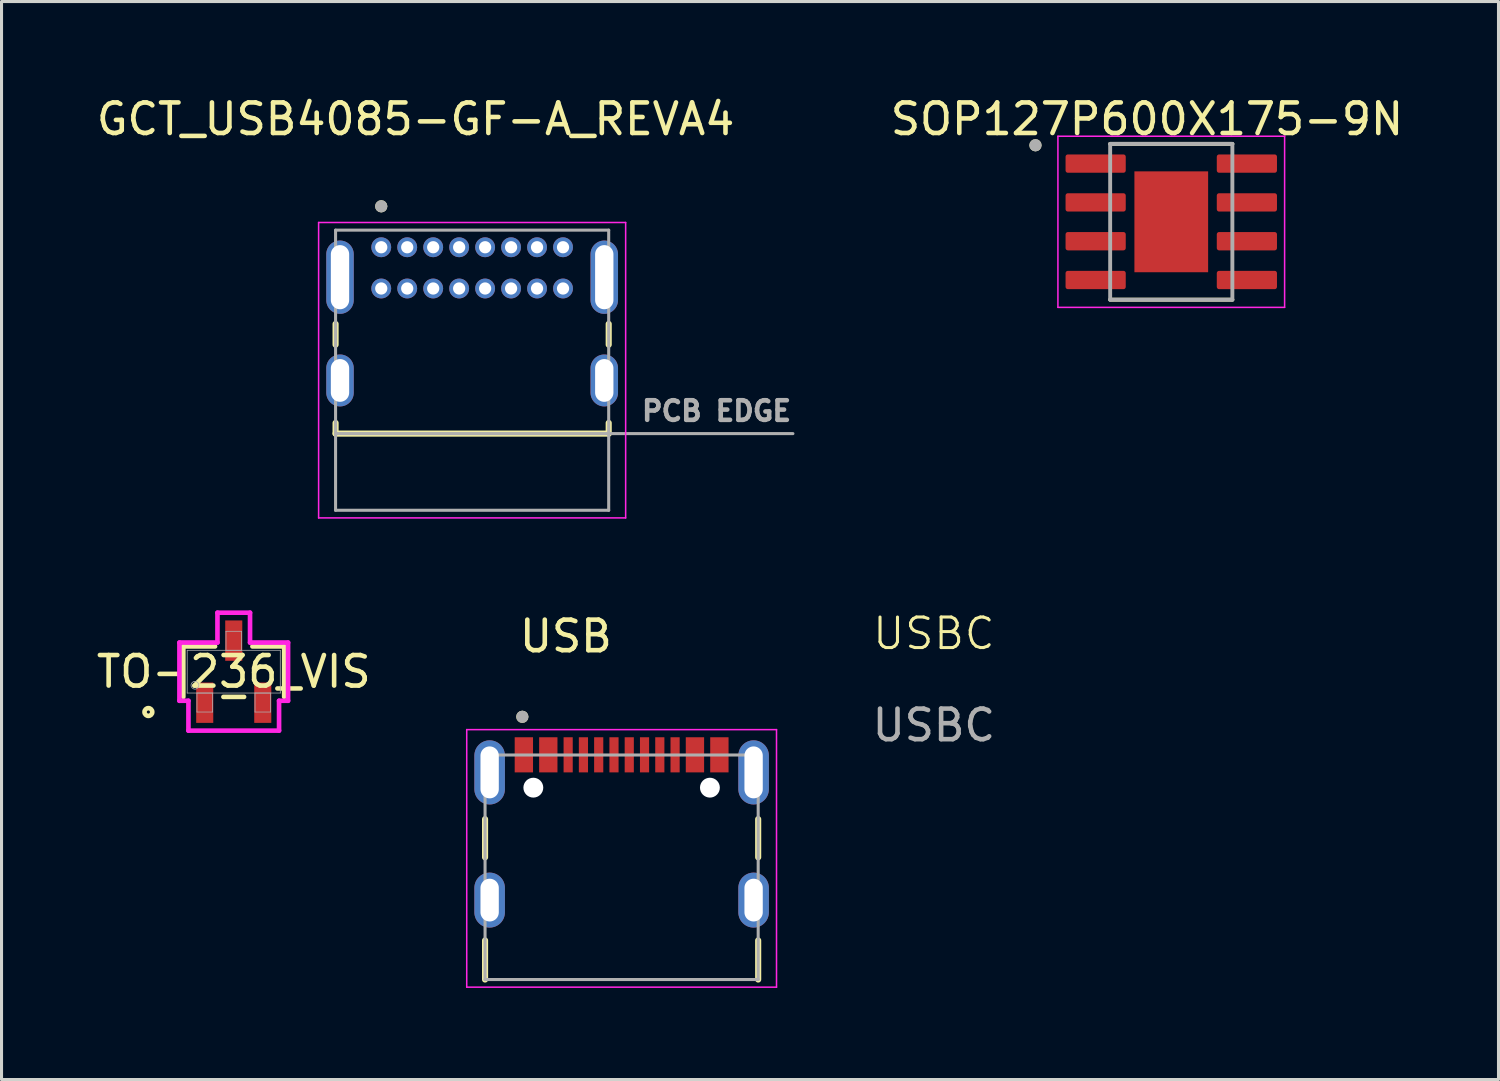
<source format=kicad_pcb>
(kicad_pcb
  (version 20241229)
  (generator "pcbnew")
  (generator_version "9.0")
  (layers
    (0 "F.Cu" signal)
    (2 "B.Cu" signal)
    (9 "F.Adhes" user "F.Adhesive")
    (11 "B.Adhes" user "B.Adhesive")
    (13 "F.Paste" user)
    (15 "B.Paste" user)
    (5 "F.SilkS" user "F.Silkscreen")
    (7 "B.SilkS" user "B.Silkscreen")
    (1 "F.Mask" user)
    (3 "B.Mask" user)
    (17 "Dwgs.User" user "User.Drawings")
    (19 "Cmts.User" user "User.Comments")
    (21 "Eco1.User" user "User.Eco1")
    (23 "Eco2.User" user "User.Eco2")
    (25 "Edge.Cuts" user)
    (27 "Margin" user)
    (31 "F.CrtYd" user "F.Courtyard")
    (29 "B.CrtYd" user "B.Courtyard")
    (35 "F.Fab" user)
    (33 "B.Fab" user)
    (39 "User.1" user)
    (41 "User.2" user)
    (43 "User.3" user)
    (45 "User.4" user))
  (footprint "TO-236_VIS"
    (layer "F.Cu")
    (at 4.601 18.935)
    (property "Reference" "TO-236_VIS" (at 0 0 0) (unlocked yes) (layer "F.SilkS") (effects (font (size 1 1) (thickness 0.15))))
    (attr smd)
    (fp_line (start -1.651 -0.826) (end -1.651 0.826) (stroke (width 0.152) (type solid)) (layer "F.SilkS"))
    (fp_line (start -0.612 -0.826) (end -1.651 -0.826) (stroke (width 0.152) (type solid)) (layer "F.SilkS"))
    (fp_line (start -0.338 0.826) (end 0.338 0.826) (stroke (width 0.152) (type solid)) (layer "F.SilkS"))
    (fp_line (start 1.651 -0.826) (end 0.612 -0.826) (stroke (width 0.152) (type solid)) (layer "F.SilkS"))
    (fp_line (start 1.651 0.826) (end 1.651 -0.826) (stroke (width 0.152) (type solid)) (layer "F.SilkS"))
    (fp_circle (center -2.794 1.321) (end -2.667 1.321) (stroke (width 0.152) (type solid)) (fill no) (layer "F.SilkS"))
    (fp_line (start -1.778 -0.953) (end -0.533 -0.953) (stroke (width 0.152) (type solid)) (layer "F.CrtYd"))
    (fp_line (start -1.778 0.953) (end -1.778 -0.953) (stroke (width 0.152) (type solid)) (layer "F.CrtYd"))
    (fp_line (start -1.778 0.953) (end -1.483 0.953) (stroke (width 0.152) (type solid)) (layer "F.CrtYd"))
    (fp_line (start -1.483 0.953) (end -1.483 1.93) (stroke (width 0.152) (type solid)) (layer "F.CrtYd"))
    (fp_line (start -1.483 1.93) (end 1.483 1.93) (stroke (width 0.152) (type solid)) (layer "F.CrtYd"))
    (fp_line (start -0.533 -1.93) (end 0.533 -1.93) (stroke (width 0.152) (type solid)) (layer "F.CrtYd"))
    (fp_line (start -0.533 -0.953) (end -0.533 -1.93) (stroke (width 0.152) (type solid)) (layer "F.CrtYd"))
    (fp_line (start 0.533 -0.953) (end 0.533 -1.93) (stroke (width 0.152) (type solid)) (layer "F.CrtYd"))
    (fp_line (start 1.483 0.953) (end 1.483 1.93) (stroke (width 0.152) (type solid)) (layer "F.CrtYd"))
    (fp_line (start 1.778 -0.953) (end 0.533 -0.953) (stroke (width 0.152) (type solid)) (layer "F.CrtYd"))
    (fp_line (start 1.778 -0.953) (end 1.778 0.953) (stroke (width 0.152) (type solid)) (layer "F.CrtYd"))
    (fp_line (start 1.778 0.953) (end 1.483 0.953) (stroke (width 0.152) (type solid)) (layer "F.CrtYd"))
    (fp_line (start -1.524 -0.699) (end -1.524 0.699) (stroke (width 0.025) (type solid)) (layer "F.Fab"))
    (fp_line (start -1.524 0.699) (end 1.524 0.699) (stroke (width 0.025) (type solid)) (layer "F.Fab"))
    (fp_line (start -1.204 0.699) (end -1.204 1.321) (stroke (width 0.025) (type solid)) (layer "F.Fab"))
    (fp_line (start -1.204 1.321) (end -0.696 1.321) (stroke (width 0.025) (type solid)) (layer "F.Fab"))
    (fp_line (start -0.696 0.699) (end -1.204 0.699) (stroke (width 0.025) (type solid)) (layer "F.Fab"))
    (fp_line (start -0.696 1.321) (end -0.696 0.699) (stroke (width 0.025) (type solid)) (layer "F.Fab"))
    (fp_line (start -0.254 -1.321) (end -0.254 -0.699) (stroke (width 0.025) (type solid)) (layer "F.Fab"))
    (fp_line (start -0.254 -0.699) (end 0.254 -0.699) (stroke (width 0.025) (type solid)) (layer "F.Fab"))
    (fp_line (start 0.254 -1.321) (end -0.254 -1.321) (stroke (width 0.025) (type solid)) (layer "F.Fab"))
    (fp_line (start 0.254 -0.699) (end 0.254 -1.321) (stroke (width 0.025) (type solid)) (layer "F.Fab"))
    (fp_line (start 0.696 0.699) (end 0.696 1.321) (stroke (width 0.025) (type solid)) (layer "F.Fab"))
    (fp_line (start 0.696 1.321) (end 1.204 1.321) (stroke (width 0.025) (type solid)) (layer "F.Fab"))
    (fp_line (start 1.204 0.699) (end 0.696 0.699) (stroke (width 0.025) (type solid)) (layer "F.Fab"))
    (fp_line (start 1.204 1.321) (end 1.204 0.699) (stroke (width 0.025) (type solid)) (layer "F.Fab"))
    (fp_line (start 1.524 -0.699) (end -1.524 -0.699) (stroke (width 0.025) (type solid)) (layer "F.Fab"))
    (fp_line (start 1.524 0.699) (end 1.524 -0.699) (stroke (width 0.025) (type solid)) (layer "F.Fab"))
    (fp_circle (center -1.27 0.445) (end -1.143 0.445) (stroke (width 0.025) (type solid)) (fill no) (layer "F.Fab"))
    (pad "1" smd rect (at -0.95 1.016) (size 0.559 1.321) (layers "F.Cu" "F.Mask" "F.Paste"))
    (pad "2" smd rect (at 0.95 1.016) (size 0.559 1.321) (layers "F.Cu" "F.Mask" "F.Paste"))
    (pad "3" smd rect (at 0 -1.016) (size 0.559 1.321) (layers "F.Cu" "F.Mask" "F.Paste")))
  (footprint "USB"
    (layer "F.Cu")
    (at 17.297 26.412)
    (property "Reference" "USB" (at -1.825 -8.635 0) (layer "F.SilkS") (effects (font (size 1 1) (thickness 0.15))))
    (attr smd)
    (fp_line (start -4.47 -2.65) (end -4.47 -1.4) (stroke (width 0.2) (type solid)) (layer "F.SilkS"))
    (fp_line (start -4.47 1.32) (end -4.47 2.6) (stroke (width 0.2) (type solid)) (layer "F.SilkS"))
    (fp_line (start 4.47 -2.65) (end 4.47 -1.4) (stroke (width 0.2) (type solid)) (layer "F.SilkS"))
    (fp_line (start 4.47 2.6) (end 4.47 1.32) (stroke (width 0.2) (type solid)) (layer "F.SilkS"))
    (fp_circle (center -3.25 -6) (end -3.15 -6) (stroke (width 0.2) (type solid)) (fill no) (layer "F.SilkS"))
    (fp_line (start -5.07 -5.58) (end -5.07 2.85) (stroke (width 0.05) (type solid)) (layer "F.CrtYd"))
    (fp_line (start -5.07 2.85) (end 5.07 2.85) (stroke (width 0.05) (type solid)) (layer "F.CrtYd"))
    (fp_line (start 5.07 -5.58) (end -5.07 -5.58) (stroke (width 0.05) (type solid)) (layer "F.CrtYd"))
    (fp_line (start 5.07 2.85) (end 5.07 -5.58) (stroke (width 0.05) (type solid)) (layer "F.CrtYd"))
    (fp_line (start -4.47 -4.75) (end 4.47 -4.75) (stroke (width 0.1) (type solid)) (layer "F.Fab"))
    (fp_line (start -4.47 2.6) (end -4.47 -4.75) (stroke (width 0.1) (type solid)) (layer "F.Fab"))
    (fp_line (start 4.47 -4.75) (end 4.47 2.6) (stroke (width 0.1) (type solid)) (layer "F.Fab"))
    (fp_line (start 4.47 2.6) (end -4.47 2.6) (stroke (width 0.1) (type solid)) (layer "F.Fab"))
    (fp_circle (center -3.25 -6) (end -3.15 -6) (stroke (width 0.2) (type solid)) (fill no) (layer "F.Fab"))
    (pad "" np_thru_hole circle (at -2.89 -3.68) (size 0.65 0.65) (drill 0.65) (layers "*.Cu" "*.Mask"))
    (pad "" np_thru_hole circle (at 2.89 -3.68) (size 0.65 0.65) (drill 0.65) (layers "*.Cu" "*.Mask"))
    (pad "A1_B12" smd rect (at -3.2 -4.755) (size 0.6 1.15) (layers "F.Cu" "F.Mask" "F.Paste"))
    (pad "A4_B9" smd rect (at -2.4 -4.755) (size 0.6 1.15) (layers "F.Cu" "F.Mask" "F.Paste"))
    (pad "A5" smd rect (at -1.25 -4.755) (size 0.3 1.15) (layers "F.Cu" "F.Mask" "F.Paste"))
    (pad "A6" smd rect (at -0.25 -4.755) (size 0.3 1.15) (layers "F.Cu" "F.Mask" "F.Paste"))
    (pad "A7" smd rect (at 0.25 -4.755) (size 0.3 1.15) (layers "F.Cu" "F.Mask" "F.Paste"))
    (pad "A8" smd rect (at 1.25 -4.755) (size 0.3 1.15) (layers "F.Cu" "F.Mask" "F.Paste"))
    (pad "B1_A12" smd rect (at 3.2 -4.755) (size 0.6 1.15) (layers "F.Cu" "F.Mask" "F.Paste"))
    (pad "B4_A9" smd rect (at 2.4 -4.755) (size 0.6 1.15) (layers "F.Cu" "F.Mask" "F.Paste"))
    (pad "B5" smd rect (at 1.75 -4.755) (size 0.3 1.15) (layers "F.Cu" "F.Mask" "F.Paste"))
    (pad "B6" smd rect (at 0.75 -4.755) (size 0.3 1.15) (layers "F.Cu" "F.Mask" "F.Paste"))
    (pad "B7" smd rect (at -0.75 -4.755) (size 0.3 1.15) (layers "F.Cu" "F.Mask" "F.Paste"))
    (pad "B8" smd rect (at -1.75 -4.755) (size 0.3 1.15) (layers "F.Cu" "F.Mask" "F.Paste"))
    (pad "SH1" thru_hole oval (at -4.32 -4.18) (size 1 2.1) (drill oval 0.6 1.7) (layers "*.Cu" "*.Mask"))
    (pad "SH2" thru_hole oval (at 4.32 -4.18) (size 1 2.1) (drill oval 0.6 1.7) (layers "*.Cu" "*.Mask"))
    (pad "SH3" thru_hole oval (at -4.32 0) (size 1 1.8) (drill oval 0.6 1.4) (layers "*.Cu" "*.Mask"))
    (pad "SH4" thru_hole oval (at 4.32 0) (size 1 1.8) (drill oval 0.6 1.4) (layers "*.Cu" "*.Mask")))
  (footprint "SOP127P600X175-9N"
    (layer "F.Cu")
    (at 35.288 4.21)
    (property "Reference" "SOP127P600X175-9N" (at -0.795 -3.362 0) (layer "F.SilkS") (effects (font (size 1 1) (thickness 0.15))))
    (attr smd)
    (fp_line (start -2 -2.55) (end 2 -2.55) (stroke (width 0.127) (type solid)) (layer "F.SilkS"))
    (fp_line (start -2 2.55) (end 2 2.55) (stroke (width 0.127) (type solid)) (layer "F.SilkS"))
    (fp_circle (center -4.445 -2.505) (end -4.345 -2.505) (stroke (width 0.2) (type solid)) (fill no) (layer "F.SilkS"))
    (fp_poly (pts (xy -0.645 -0.82) (xy 0.645 -0.82) (xy 0.645 0.82) (xy -0.645 0.82)) (stroke (width 0.01) (type solid)) (fill yes) (layer "F.Paste"))
    (fp_line (start -3.71 -2.8) (end -3.71 2.8) (stroke (width 0.05) (type solid)) (layer "F.CrtYd"))
    (fp_line (start -3.71 -2.8) (end 3.71 -2.8) (stroke (width 0.05) (type solid)) (layer "F.CrtYd"))
    (fp_line (start -3.71 2.8) (end 3.71 2.8) (stroke (width 0.05) (type solid)) (layer "F.CrtYd"))
    (fp_line (start 3.71 -2.8) (end 3.71 2.8) (stroke (width 0.05) (type solid)) (layer "F.CrtYd"))
    (fp_line (start -2 -2.55) (end -2 2.55) (stroke (width 0.127) (type solid)) (layer "F.Fab"))
    (fp_line (start -2 -2.55) (end 2 -2.55) (stroke (width 0.127) (type solid)) (layer "F.Fab"))
    (fp_line (start -2 2.55) (end 2 2.55) (stroke (width 0.127) (type solid)) (layer "F.Fab"))
    (fp_line (start 2 -2.55) (end 2 2.55) (stroke (width 0.127) (type solid)) (layer "F.Fab"))
    (fp_circle (center -4.445 -2.505) (end -4.345 -2.505) (stroke (width 0.2) (type solid)) (fill no) (layer "F.Fab"))
    (pad "1" smd roundrect (at -2.475 -1.905) (size 1.97 0.6) (layers "F.Cu" "F.Mask" "F.Paste") (roundrect_rratio 0.125))
    (pad "2" smd roundrect (at -2.475 -0.635) (size 1.97 0.6) (layers "F.Cu" "F.Mask" "F.Paste") (roundrect_rratio 0.125))
    (pad "3" smd roundrect (at -2.475 0.635) (size 1.97 0.6) (layers "F.Cu" "F.Mask" "F.Paste") (roundrect_rratio 0.125))
    (pad "4" smd roundrect (at -2.475 1.905) (size 1.97 0.6) (layers "F.Cu" "F.Mask" "F.Paste") (roundrect_rratio 0.125))
    (pad "5" smd roundrect (at 2.475 1.905) (size 1.97 0.6) (layers "F.Cu" "F.Mask" "F.Paste") (roundrect_rratio 0.125))
    (pad "6" smd roundrect (at 2.475 0.635) (size 1.97 0.6) (layers "F.Cu" "F.Mask" "F.Paste") (roundrect_rratio 0.125))
    (pad "7" smd roundrect (at 2.475 -0.635) (size 1.97 0.6) (layers "F.Cu" "F.Mask" "F.Paste") (roundrect_rratio 0.125))
    (pad "8" smd roundrect (at 2.475 -1.905) (size 1.97 0.6) (layers "F.Cu" "F.Mask" "F.Paste") (roundrect_rratio 0.125))
    (pad "9" smd rect (at 0 0) (size 2.413 3.302) (layers "F.Cu" "F.Mask")))
  (footprint "GCT_USB4085-GF-A_REVA4"
    (layer "F.Cu")
    (at 12.404 9.403)
    (property "Reference" "GCT_USB4085-GF-A_REVA4" (at -1.85 -8.555 0) (layer "F.SilkS") (effects (font (size 1 1) (thickness 0.15))))
    (attr through_hole)
    (fp_line (start -4.47 -1.85) (end -4.47 -1.17) (stroke (width 0.2) (type solid)) (layer "F.SilkS"))
    (fp_line (start -4.47 1.39) (end -4.47 1.74) (stroke (width 0.2) (type solid)) (layer "F.SilkS"))
    (fp_line (start -4.47 1.74) (end 4.47 1.74) (stroke (width 0.2) (type solid)) (layer "F.SilkS"))
    (fp_line (start 4.47 -1.85) (end 4.47 -1.17) (stroke (width 0.2) (type solid)) (layer "F.SilkS"))
    (fp_line (start 4.47 1.74) (end 4.47 1.39) (stroke (width 0.2) (type solid)) (layer "F.SilkS"))
    (fp_circle (center -2.975 -5.7) (end -2.875 -5.7) (stroke (width 0.2) (type solid)) (fill no) (layer "F.SilkS"))
    (fp_line (start -5.025 -5.17) (end 5.025 -5.17) (stroke (width 0.05) (type solid)) (layer "F.CrtYd"))
    (fp_line (start -5.025 4.5) (end -5.025 -5.17) (stroke (width 0.05) (type solid)) (layer "F.CrtYd"))
    (fp_line (start 5.025 -5.17) (end 5.025 4.5) (stroke (width 0.05) (type solid)) (layer "F.CrtYd"))
    (fp_line (start 5.025 4.5) (end -5.025 4.5) (stroke (width 0.05) (type solid)) (layer "F.CrtYd"))
    (fp_line (start -4.47 -4.92) (end 4.47 -4.92) (stroke (width 0.1) (type solid)) (layer "F.Fab"))
    (fp_line (start -4.47 1.74) (end -4.47 -4.92) (stroke (width 0.1) (type solid)) (layer "F.Fab"))
    (fp_line (start -4.47 1.74) (end 10.5 1.74) (stroke (width 0.1) (type solid)) (layer "F.Fab"))
    (fp_line (start -4.47 4.25) (end -4.47 1.74) (stroke (width 0.1) (type solid)) (layer "F.Fab"))
    (fp_line (start 4.47 -4.92) (end 4.47 4.25) (stroke (width 0.1) (type solid)) (layer "F.Fab"))
    (fp_line (start 4.47 4.25) (end -4.47 4.25) (stroke (width 0.1) (type solid)) (layer "F.Fab"))
    (fp_circle (center -2.975 -5.7) (end -2.875 -5.7) (stroke (width 0.2) (type solid)) (fill no) (layer "F.Fab"))
    (fp_text user "PCB EDGE" (at 8 1 0) (layer "F.Fab") (effects (font (size 0.64 0.64) (thickness 0.15))))
    (pad "A1" thru_hole circle (at -2.975 -4.36) (size 0.65 0.65) (drill 0.4) (layers "*.Cu" "*.Mask"))
    (pad "A4" thru_hole circle (at -2.125 -4.36) (size 0.65 0.65) (drill 0.4) (layers "*.Cu" "*.Mask"))
    (pad "A5" thru_hole circle (at -1.275 -4.36) (size 0.65 0.65) (drill 0.4) (layers "*.Cu" "*.Mask"))
    (pad "A6" thru_hole circle (at -0.425 -4.36) (size 0.65 0.65) (drill 0.4) (layers "*.Cu" "*.Mask"))
    (pad "A7" thru_hole circle (at 0.425 -4.36) (size 0.65 0.65) (drill 0.4) (layers "*.Cu" "*.Mask"))
    (pad "A8" thru_hole circle (at 1.275 -4.36) (size 0.65 0.65) (drill 0.4) (layers "*.Cu" "*.Mask"))
    (pad "A9" thru_hole circle (at 2.125 -4.36) (size 0.65 0.65) (drill 0.4) (layers "*.Cu" "*.Mask"))
    (pad "A12" thru_hole circle (at 2.975 -4.36) (size 0.65 0.65) (drill 0.4) (layers "*.Cu" "*.Mask"))
    (pad "B1" thru_hole circle (at 2.975 -3.01) (size 0.65 0.65) (drill 0.4) (layers "*.Cu" "*.Mask"))
    (pad "B4" thru_hole circle (at 2.125 -3.01) (size 0.65 0.65) (drill 0.4) (layers "*.Cu" "*.Mask"))
    (pad "B5" thru_hole circle (at 1.275 -3.01) (size 0.65 0.65) (drill 0.4) (layers "*.Cu" "*.Mask"))
    (pad "B6" thru_hole circle (at 0.425 -3.01) (size 0.65 0.65) (drill 0.4) (layers "*.Cu" "*.Mask"))
    (pad "B7" thru_hole circle (at -0.425 -3.01) (size 0.65 0.65) (drill 0.4) (layers "*.Cu" "*.Mask"))
    (pad "B8" thru_hole circle (at -1.275 -3.01) (size 0.65 0.65) (drill 0.4) (layers "*.Cu" "*.Mask"))
    (pad "B9" thru_hole circle (at -2.125 -3.01) (size 0.65 0.65) (drill 0.4) (layers "*.Cu" "*.Mask"))
    (pad "B12" thru_hole circle (at -2.975 -3.01) (size 0.65 0.65) (drill 0.4) (layers "*.Cu" "*.Mask"))
    (pad "S1" thru_hole oval (at -4.325 0) (size 0.9 1.7) (drill oval 0.6 1.4) (layers "*.Cu" "*.Mask"))
    (pad "S2" thru_hole oval (at 4.325 0) (size 0.9 1.7) (drill oval 0.6 1.4) (layers "*.Cu" "*.Mask"))
    (pad "S3" thru_hole oval (at -4.325 -3.38) (size 0.9 2.4) (drill oval 0.6 2.1) (layers "*.Cu" "*.Mask"))
    (pad "S4" thru_hole oval (at 4.325 -3.38) (size 0.9 2.4) (drill oval 0.6 2.1) (layers "*.Cu" "*.Mask")))
  (footprint "USBC"
    (layer "F.Cu")
    (at 27.517 18.189)
    (property "Reference" "USBC" (at 0 -0.5 0) (unlocked yes) (layer "F.SilkS") (effects (font (size 1 1) (thickness 0.1))))
    (attr smd)
    (fp_text user "${REFERENCE}" (at 0 2.5 0) (unlocked yes) (layer "F.Fab") (effects (font (size 1 1) (thickness 0.15)))))
  (gr_rect
    (start -3 -3)
    (end 45.999 32.286)
    (stroke (width 0.1) (type default))
    (fill no)
    (layer "Edge.Cuts")))
</source>
